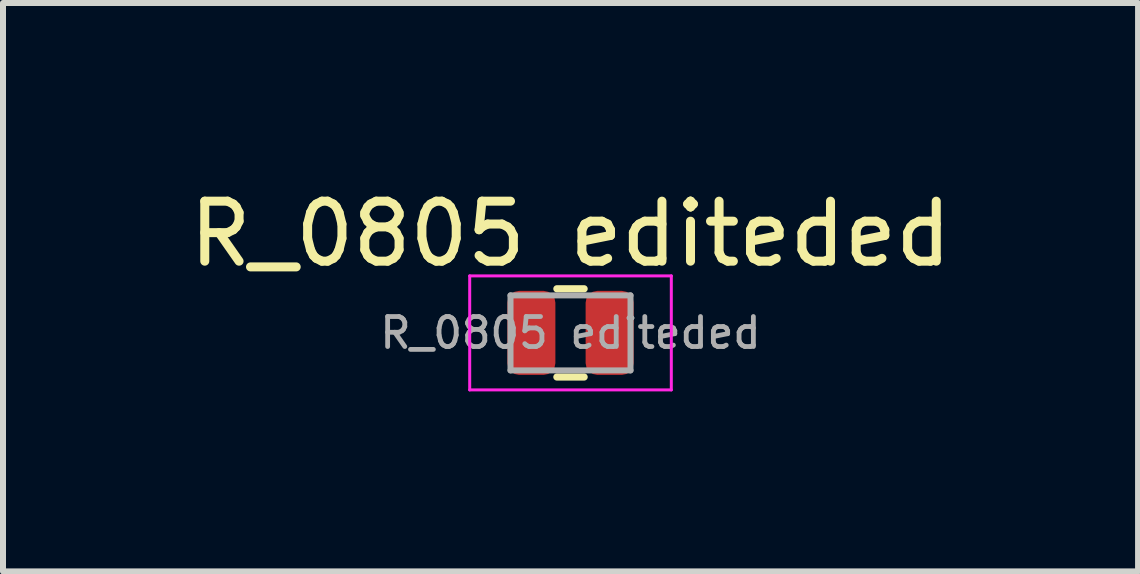
<source format=kicad_pcb>
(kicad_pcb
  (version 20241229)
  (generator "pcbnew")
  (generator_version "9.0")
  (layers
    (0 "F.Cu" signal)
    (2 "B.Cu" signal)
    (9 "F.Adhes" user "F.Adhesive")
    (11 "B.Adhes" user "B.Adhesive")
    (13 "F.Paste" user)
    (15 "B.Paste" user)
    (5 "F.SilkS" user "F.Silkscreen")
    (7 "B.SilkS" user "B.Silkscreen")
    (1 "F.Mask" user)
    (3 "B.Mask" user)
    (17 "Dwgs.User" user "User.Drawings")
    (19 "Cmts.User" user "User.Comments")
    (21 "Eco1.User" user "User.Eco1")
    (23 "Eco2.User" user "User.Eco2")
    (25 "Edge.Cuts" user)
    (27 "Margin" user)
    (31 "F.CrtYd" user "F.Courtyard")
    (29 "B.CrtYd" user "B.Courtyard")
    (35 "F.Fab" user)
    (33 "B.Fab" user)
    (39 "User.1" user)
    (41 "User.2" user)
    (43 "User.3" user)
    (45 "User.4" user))
  (footprint "R_0805 editeded"
    (layer "F.Cu")
    (at 6.458 2.498)
    (property "Reference" "R_0805 editeded" (at 0 -1.65 0) (layer "F.SilkS") (effects (font (size 1 1) (thickness 0.15))))
    (attr smd)
    (fp_line (start -0.227 -0.735) (end 0.227 -0.735) (stroke (width 0.12) (type solid)) (layer "F.SilkS"))
    (fp_line (start -0.227 0.735) (end 0.227 0.735) (stroke (width 0.12) (type solid)) (layer "F.SilkS"))
    (fp_line (start -1.68 -0.95) (end 1.68 -0.95) (stroke (width 0.05) (type solid)) (layer "F.CrtYd"))
    (fp_line (start -1.68 0.95) (end -1.68 -0.95) (stroke (width 0.05) (type solid)) (layer "F.CrtYd"))
    (fp_line (start 1.68 -0.95) (end 1.68 0.95) (stroke (width 0.05) (type solid)) (layer "F.CrtYd"))
    (fp_line (start 1.68 0.95) (end -1.68 0.95) (stroke (width 0.05) (type solid)) (layer "F.CrtYd"))
    (fp_line (start -1 -0.625) (end 1 -0.625) (stroke (width 0.1) (type solid)) (layer "F.Fab"))
    (fp_line (start -1 0.625) (end -1 -0.625) (stroke (width 0.1) (type solid)) (layer "F.Fab"))
    (fp_line (start 1 -0.625) (end 1 0.625) (stroke (width 0.1) (type solid)) (layer "F.Fab"))
    (fp_line (start 1 0.625) (end -1 0.625) (stroke (width 0.1) (type solid)) (layer "F.Fab"))
    (fp_text user "${REFERENCE}" (at 0 0 0) (layer "F.Fab") (effects (font (size 0.5 0.5) (thickness 0.08))))
    (pad "1" smd roundrect (at -0.652 0) (size 0.8 1.4) (layers "F.Cu" "F.Mask" "F.Paste") (roundrect_rratio 0.244))
    (pad "2" smd roundrect (at 0.652 0) (size 0.8 1.4) (layers "F.Cu" "F.Mask" "F.Paste") (roundrect_rratio 0.244)))
  (gr_rect
    (start -3 -3)
    (end 15.917 6.473)
    (stroke (width 0.1) (type default))
    (fill no)
    (layer "Edge.Cuts")))
</source>
